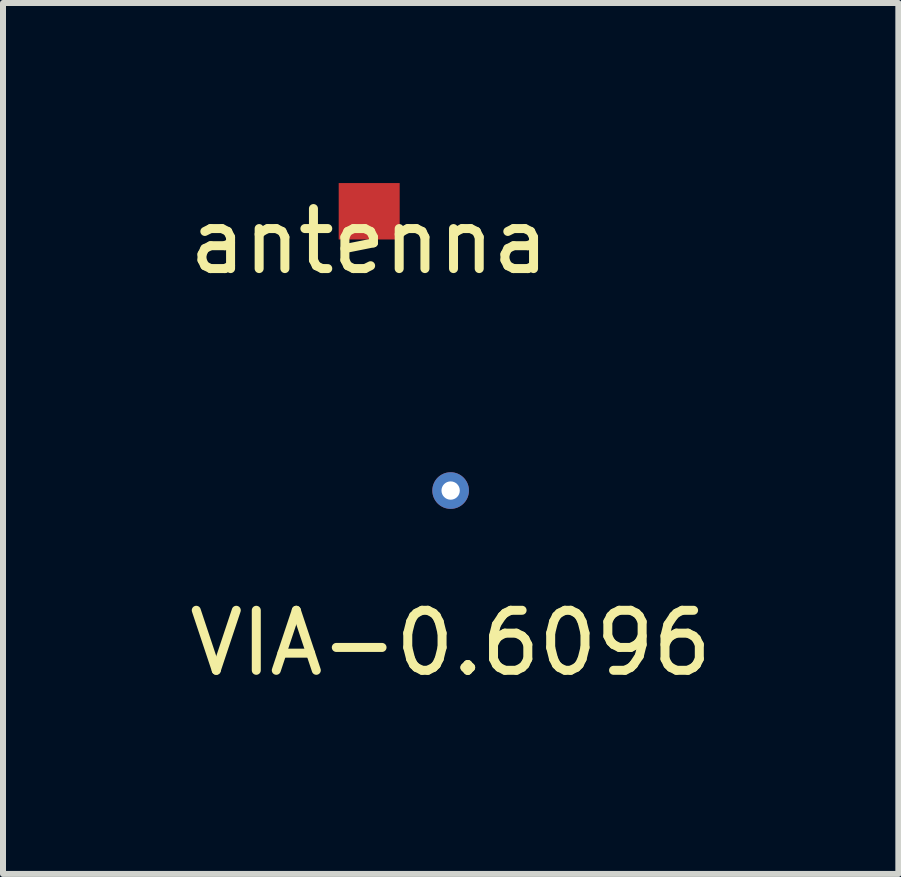
<source format=kicad_pcb>
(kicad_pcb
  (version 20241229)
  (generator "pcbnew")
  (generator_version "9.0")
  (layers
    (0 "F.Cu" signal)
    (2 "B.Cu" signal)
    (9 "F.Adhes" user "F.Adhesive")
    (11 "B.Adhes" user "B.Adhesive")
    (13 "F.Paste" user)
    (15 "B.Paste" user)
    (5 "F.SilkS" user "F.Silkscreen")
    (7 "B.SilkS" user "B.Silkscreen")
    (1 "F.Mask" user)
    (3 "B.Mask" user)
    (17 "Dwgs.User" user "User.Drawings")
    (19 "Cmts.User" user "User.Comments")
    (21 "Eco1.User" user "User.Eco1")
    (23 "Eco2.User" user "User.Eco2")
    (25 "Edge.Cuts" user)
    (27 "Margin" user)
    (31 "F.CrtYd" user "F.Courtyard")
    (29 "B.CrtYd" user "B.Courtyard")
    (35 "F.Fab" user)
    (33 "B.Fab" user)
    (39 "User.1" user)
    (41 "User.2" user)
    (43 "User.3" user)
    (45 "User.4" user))
  (footprint "VIA-0.6096"
    (layer "F.Cu")
    (at 4.458 5.123)
    (property "Reference" "VIA-0.6096" (at 0 2.54 0) (layer "F.SilkS") (effects (font (size 1 1) (thickness 0.15))))
    (attr through_hole)
    (pad "1" thru_hole circle (at 0 0) (size 0.61 0.61) (drill 0.305) (layers "*.Cu")))
  (footprint "antenna"
    (layer "F.Cu")
    (at 3.101 0.47)
    (property "Reference" "antenna" (at 0 0.5 0) (layer "F.SilkS") (effects (font (size 1 1) (thickness 0.15))))
    (attr through_hole)
    (pad "1" smd rect (at 0 0) (size 1.016 0.94) (layers "F.Cu" "F.Mask" "F.Paste")))
  (gr_rect
    (start -3 -3)
    (end 11.917 11.511)
    (stroke (width 0.1) (type default))
    (fill no)
    (layer "Edge.Cuts")))
</source>
